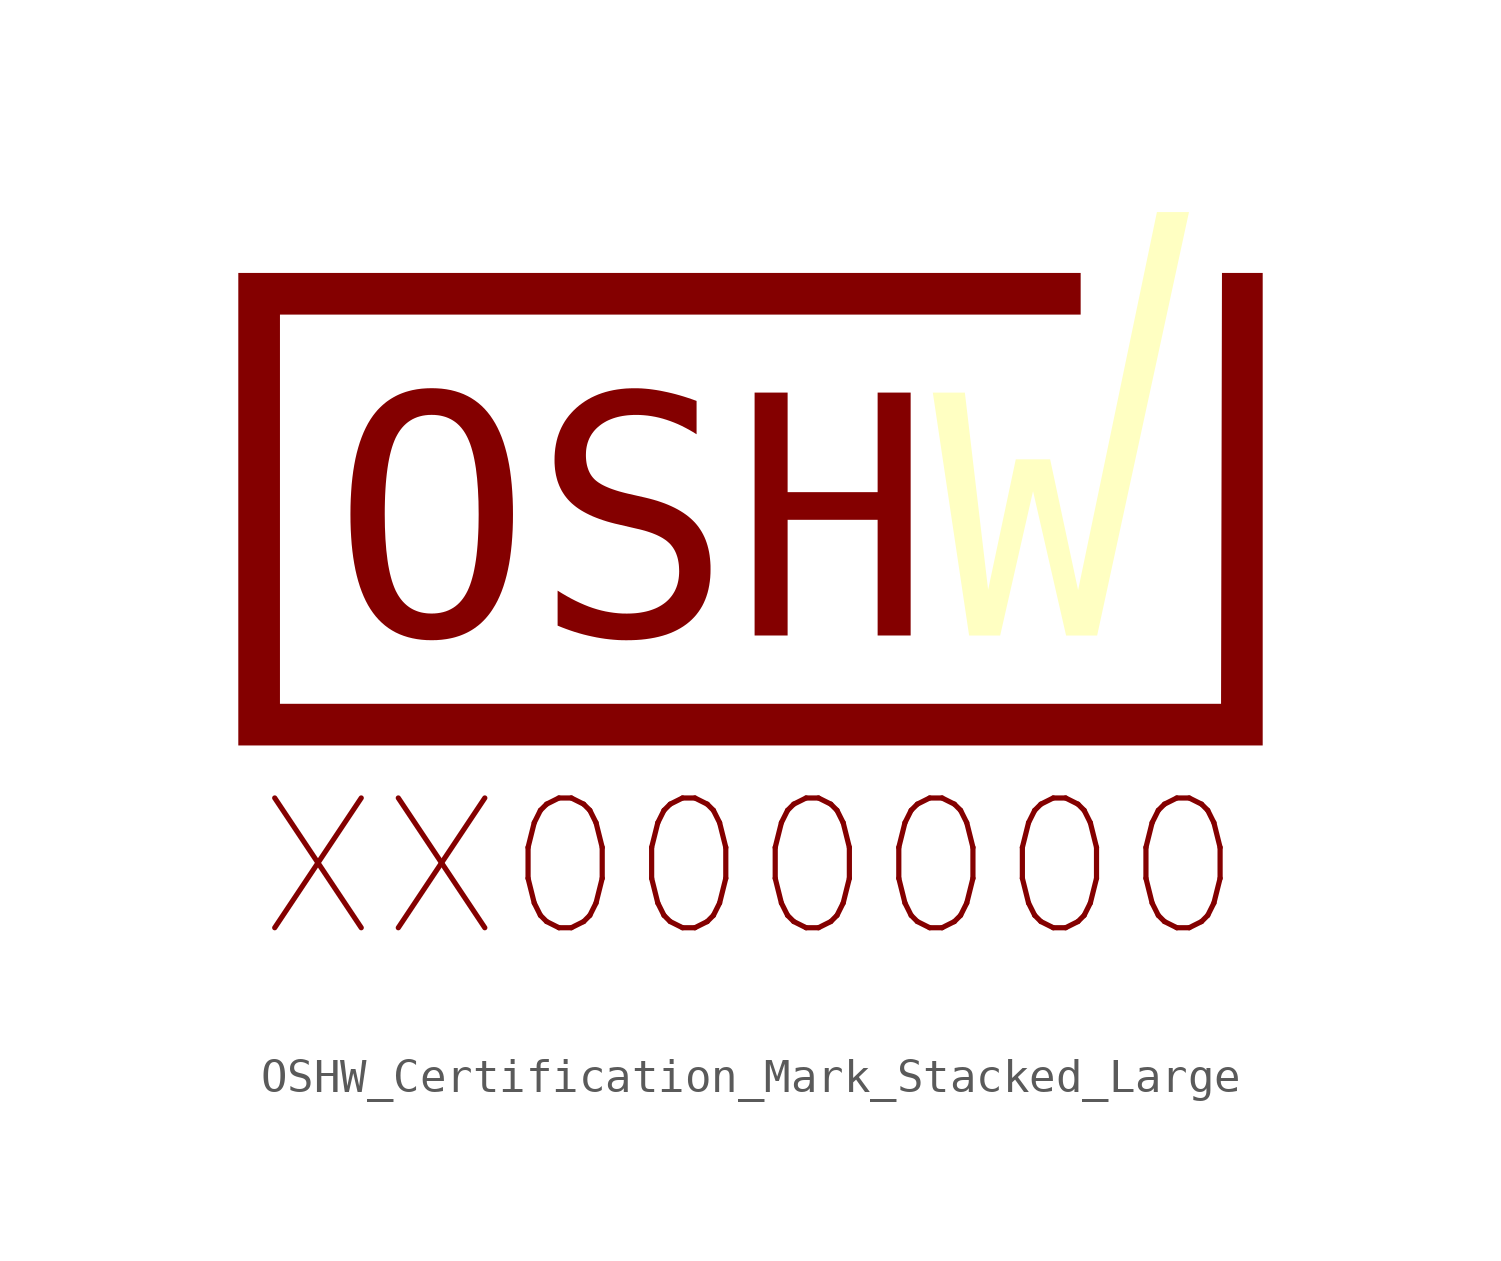
<source format=kicad_sym>
(kicad_symbol_lib
  (version 20241209)
  (generator "kicad_symbol_editor")
  (generator_version "9.0")
  (symbol "OSHW_Certification_Mark_Stacked_Large"
    (property "Reference" "LOGO"
      (at 0 0 0)
      (effects (font (size 1.27 1.27)) (hide yes)))
    (symbol "OSHW_Certification_Mark_Stacked_Large_0_1"
      (polyline (pts (xy -6.956 -1.072) (xy -6.956 -1.072) (xy -6.956 -1.072)) (stroke (width -0.0001) (type default)) (fill (type background)))
      (polyline (pts (xy -1.579 2.248) (xy -1.579 2.248) (xy -1.579 2.248)) (stroke (width -0.0001) (type default)) (fill (type background)))
      (polyline (pts (xy 10.152 -4.622) (xy 9.242 -4.622) (xy 8.274 -0.396) (xy 7.312 -4.622) (xy 6.402 -4.622) (xy 5.339 2.492) (xy 6.278 2.492) (xy 6.959 -3.283) (xy 7.769 0.538) (xy 8.775 0.538) (xy 9.594 -3.293) (xy 11.902 7.778) (xy 12.841 7.778)) (stroke (width -0.0001) (type default)) (fill (type background))))
    (symbol "OSHW_Certification_Mark_Stacked_Large_1_1"
      (polyline (pts (xy -9.19 2.617) (xy -9.047 2.607) (xy -8.908 2.589) (xy -8.774 2.564) (xy -8.645 2.531) (xy -8.521 2.492) (xy -8.402 2.446) (xy -8.288 2.392) (xy -8.178 2.331) (xy -8.073 2.263) (xy -7.973 2.188) (xy -7.878 2.106) (xy -7.788 2.017) (xy -7.703 1.92) (xy -7.622 1.817) (xy -7.547 1.706) (xy -7.475 1.588) (xy -7.408 1.462) (xy -7.346 1.329) (xy -7.288 1.189) (xy -7.235 1.042) (xy -7.187 0.886) (xy -7.143 0.724) (xy -7.104 0.554) (xy -7.069 0.377) (xy -7.039 0.192) (xy -7.014 -0.0003) (xy -6.993 -0.2) (xy -6.977 -0.407) (xy -6.965 -0.621) (xy -6.958 -0.843) (xy -6.956 -1.072) (xy -6.958 -1.301) (xy -6.965 -1.522) (xy -6.977 -1.736) (xy -6.993 -1.942) (xy -7.014 -2.141) (xy -7.039 -2.333) (xy -7.069 -2.518) (xy -7.104 -2.695) (xy -7.143 -2.864) (xy -7.187 -3.026) (xy -7.235 -3.181) (xy -7.288 -3.329) (xy -7.346 -3.469) (xy -7.408 -3.602) (xy -7.475 -3.727) (xy -7.547 -3.845) (xy -7.584 -3.902) (xy -7.622 -3.956) (xy -7.662 -4.009) (xy -7.703 -4.06) (xy -7.745 -4.109) (xy -7.788 -4.156) (xy -7.833 -4.202) (xy -7.878 -4.246) (xy -7.925 -4.288) (xy -7.973 -4.328) (xy -8.023 -4.366) (xy -8.073 -4.403) (xy -8.125 -4.438) (xy -8.178 -4.471) (xy -8.232 -4.502) (xy -8.288 -4.532) (xy -8.344 -4.559) (xy -8.402 -4.585) (xy -8.461 -4.609) (xy -8.521 -4.632) (xy -8.583 -4.652) (xy -8.645 -4.671) (xy -8.709 -4.688) (xy -8.774 -4.703) (xy -8.841 -4.716) (xy -8.908 -4.728) (xy -9.047 -4.746) (xy -9.19 -4.757) (xy -9.338 -4.76) (xy -9.487 -4.757) (xy -9.63 -4.746) (xy -9.769 -4.728) (xy -9.902 -4.703) (xy -10.031 -4.671) (xy -10.155 -4.632) (xy -10.275 -4.586) (xy -10.389 -4.533) (xy -10.499 -4.472) (xy -10.603 -4.405) (xy -10.703 -4.33) (xy -10.798 -4.248) (xy -10.889 -4.159) (xy -10.974 -4.063) (xy -11.054 -3.96) (xy -11.13 -3.85) (xy -11.201 -3.733) (xy -11.267 -3.608) (xy -11.329 -3.475) (xy -11.386 -3.335) (xy -11.439 -3.188) (xy -11.487 -3.033) (xy -11.531 -2.87) (xy -11.57 -2.7) (xy -11.604 -2.523) (xy -11.634 -2.338) (xy -11.659 -2.146) (xy -11.68 -1.946) (xy -11.695 -1.739) (xy -11.707 -1.524) (xy -11.714 -1.302) (xy -11.716 -1.072) (xy -10.711 -1.072) (xy -10.706 -1.449) (xy -10.691 -1.798) (xy -10.666 -2.119) (xy -10.631 -2.412) (xy -10.61 -2.549) (xy -10.586 -2.678) (xy -10.56 -2.8) (xy -10.531 -2.915) (xy -10.5 -3.024) (xy -10.466 -3.125) (xy -10.43 -3.219) (xy -10.392 -3.307) (xy -10.349 -3.388) (xy -10.327 -3.427) (xy -10.304 -3.464) (xy -10.28 -3.5) (xy -10.256 -3.535) (xy -10.23 -3.569) (xy -10.204 -3.601) (xy -10.177 -3.632) (xy -10.149 -3.661) (xy -10.121 -3.689) (xy -10.091 -3.716) (xy -10.061 -3.742) (xy -10.03 -3.766) (xy -9.999 -3.789) (xy -9.966 -3.811) (xy -9.933 -3.831) (xy -9.899 -3.85) (xy -9.864 -3.868) (xy -9.828 -3.884) (xy -9.792 -3.899) (xy -9.755 -3.913) (xy -9.716 -3.926) (xy -9.678 -3.937) (xy -9.638 -3.947) (xy -9.598 -3.955) (xy -9.556 -3.962) (xy -9.514 -3.968) (xy -9.472 -3.973) (xy -9.428 -3.976) (xy -9.338 -3.979) (xy -9.248 -3.976) (xy -9.161 -3.968) (xy -9.078 -3.955) (xy -8.997 -3.937) (xy -8.92 -3.914) (xy -8.846 -3.885) (xy -8.776 -3.851) (xy -8.708 -3.812) (xy -8.644 -3.768) (xy -8.583 -3.718) (xy -8.525 -3.663) (xy -8.471 -3.603) (xy -8.42 -3.538) (xy -8.372 -3.468) (xy -8.327 -3.392) (xy -8.285 -3.312) (xy -8.246 -3.224) (xy -8.209 -3.13) (xy -8.175 -3.028) (xy -8.144 -2.92) (xy -8.114 -2.804) (xy -8.088 -2.682) (xy -8.064 -2.552) (xy -8.042 -2.416) (xy -8.023 -2.272) (xy -8.007 -2.122) (xy -7.993 -1.964) (xy -7.982 -1.8) (xy -7.973 -1.628) (xy -7.966 -1.45) (xy -7.963 -1.264) (xy -7.961 -1.072) (xy -7.966 -0.694) (xy -7.982 -0.344) (xy -8.007 -0.022) (xy -8.042 0.272) (xy -8.064 0.408) (xy -8.088 0.538) (xy -8.114 0.66) (xy -8.144 0.776) (xy -8.175 0.884) (xy -8.209 0.986) (xy -8.246 1.08) (xy -8.285 1.167) (xy -8.327 1.249) (xy -8.349 1.288) (xy -8.372 1.325) (xy -8.395 1.361) (xy -8.42 1.396) (xy -8.445 1.429) (xy -8.471 1.462) (xy -8.498 1.492) (xy -8.525 1.522) (xy -8.554 1.55) (xy -8.583 1.577) (xy -8.613 1.603) (xy -8.644 1.627) (xy -8.676 1.65) (xy -8.708 1.671) (xy -8.742 1.692) (xy -8.776 1.711) (xy -8.811 1.728) (xy -8.846 1.745) (xy -8.883 1.76) (xy -8.92 1.774) (xy -8.958 1.786) (xy -8.997 1.797) (xy -9.037 1.807) (xy -9.078 1.816) (xy -9.119 1.823) (xy -9.161 1.829) (xy -9.204 1.833) (xy -9.248 1.837) (xy -9.338 1.839) (xy -9.428 1.837) (xy -9.514 1.829) (xy -9.598 1.816) (xy -9.678 1.797) (xy -9.755 1.774) (xy -9.828 1.745) (xy -9.899 1.711) (xy -9.966 1.671) (xy -10.03 1.627) (xy -10.091 1.577) (xy -10.149 1.522) (xy -10.204 1.462) (xy -10.256 1.396) (xy -10.304 1.325) (xy -10.349 1.249) (xy -10.392 1.167) (xy -10.43 1.08) (xy -10.466 0.986) (xy -10.5 0.884) (xy -10.531 0.776) (xy -10.56 0.66) (xy -10.586 0.538) (xy -10.61 0.408) (xy -10.631 0.272) (xy -10.65 0.128) (xy -10.666 -0.022) (xy -10.68 -0.18) (xy -10.691 -0.344) (xy -10.7 -0.516) (xy -10.706 -0.694) (xy -10.71 -0.88) (xy -10.711 -1.072) (xy -11.716 -1.072) (xy -11.716 -1.072) (xy -11.714 -0.843) (xy -11.707 -0.621) (xy -11.695 -0.407) (xy -11.68 -0.2) (xy -11.659 -0.0003) (xy -11.634 0.192) (xy -11.604 0.377) (xy -11.57 0.554) (xy -11.531 0.724) (xy -11.487 0.886) (xy -11.439 1.042) (xy -11.386 1.189) (xy -11.329 1.329) (xy -11.267 1.462) (xy -11.201 1.588) (xy -11.13 1.706) (xy -11.092 1.762) (xy -11.054 1.817) (xy -11.014 1.869) (xy -10.973 1.92) (xy -10.931 1.97) (xy -10.887 2.017) (xy -10.842 2.062) (xy -10.796 2.106) (xy -10.749 2.148) (xy -10.701 2.188) (xy -10.652 2.227) (xy -10.601 2.263) (xy -10.549 2.298) (xy -10.496 2.331) (xy -10.442 2.363) (xy -10.387 2.392) (xy -10.33 2.42) (xy -10.272 2.446) (xy -10.213 2.47) (xy -10.153 2.492) (xy -10.092 2.513) (xy -10.029 2.531) (xy -9.966 2.548) (xy -9.901 2.564) (xy -9.767 2.589) (xy -9.629 2.607) (xy -9.486 2.617) (xy -9.338 2.621)) (stroke (width -0.0001) (type default)) (fill (type outline)))
      (polyline (pts (xy -3.292 2.618) (xy -3.187 2.614) (xy -3.082 2.606) (xy -2.974 2.596) (xy -2.866 2.582) (xy -2.756 2.566) (xy -2.645 2.547) (xy -2.533 2.524) (xy -2.419 2.5) (xy -2.303 2.473) (xy -2.186 2.443) (xy -2.068 2.41) (xy -1.948 2.374) (xy -1.827 2.335) (xy -1.704 2.293) (xy -1.579 2.248) (xy -1.579 1.271) (xy -1.689 1.339) (xy -1.799 1.403) (xy -1.909 1.462) (xy -2.019 1.518) (xy -2.129 1.569) (xy -2.24 1.615) (xy -2.35 1.657) (xy -2.461 1.695) (xy -2.571 1.729) (xy -2.681 1.758) (xy -2.791 1.782) (xy -2.902 1.802) (xy -3.013 1.818) (xy -3.124 1.829) (xy -3.236 1.836) (xy -3.347 1.838) (xy -3.431 1.837) (xy -3.513 1.833) (xy -3.593 1.827) (xy -3.67 1.818) (xy -3.745 1.807) (xy -3.818 1.793) (xy -3.889 1.777) (xy -3.957 1.758) (xy -4.023 1.737) (xy -4.087 1.713) (xy -4.149 1.687) (xy -4.209 1.659) (xy -4.266 1.627) (xy -4.321 1.594) (xy -4.374 1.558) (xy -4.424 1.519) (xy -4.472 1.479) (xy -4.517 1.437) (xy -4.559 1.393) (xy -4.597 1.348) (xy -4.633 1.3) (xy -4.665 1.252) (xy -4.694 1.201) (xy -4.721 1.148) (xy -4.744 1.094) (xy -4.764 1.038) (xy -4.781 0.981) (xy -4.795 0.921) (xy -4.806 0.86) (xy -4.814 0.797) (xy -4.818 0.732) (xy -4.82 0.666) (xy -4.819 0.608) (xy -4.816 0.551) (xy -4.811 0.497) (xy -4.804 0.444) (xy -4.795 0.393) (xy -4.784 0.344) (xy -4.77 0.296) (xy -4.755 0.25) (xy -4.738 0.206) (xy -4.719 0.164) (xy -4.698 0.123) (xy -4.675 0.084) (xy -4.65 0.047) (xy -4.623 0.012) (xy -4.593 -0.022) (xy -4.562 -0.054) (xy -4.528 -0.084) (xy -4.49 -0.114) (xy -4.448 -0.144) (xy -4.403 -0.172) (xy -4.355 -0.201) (xy -4.303 -0.228) (xy -4.247 -0.255) (xy -4.188 -0.281) (xy -4.126 -0.307) (xy -4.06 -0.332) (xy -3.99 -0.356) (xy -3.917 -0.38) (xy -3.841 -0.403) (xy -3.761 -0.425) (xy -3.677 -0.447) (xy -3.59 -0.468) (xy -3.085 -0.583) (xy -2.962 -0.613) (xy -2.844 -0.645) (xy -2.729 -0.679) (xy -2.619 -0.716) (xy -2.513 -0.754) (xy -2.411 -0.795) (xy -2.314 -0.838) (xy -2.22 -0.883) (xy -2.131 -0.93) (xy -2.047 -0.979) (xy -1.966 -1.03) (xy -1.89 -1.083) (xy -1.818 -1.138) (xy -1.75 -1.196) (xy -1.687 -1.255) (xy -1.627 -1.316) (xy -1.572 -1.38) (xy -1.52 -1.447) (xy -1.472 -1.517) (xy -1.427 -1.589) (xy -1.386 -1.664) (xy -1.348 -1.742) (xy -1.314 -1.823) (xy -1.284 -1.907) (xy -1.257 -1.994) (xy -1.234 -2.083) (xy -1.214 -2.175) (xy -1.198 -2.271) (xy -1.186 -2.369) (xy -1.177 -2.469) (xy -1.171 -2.573) (xy -1.17 -2.679) (xy -1.172 -2.804) (xy -1.179 -2.925) (xy -1.192 -3.043) (xy -1.209 -3.156) (xy -1.231 -3.267) (xy -1.258 -3.373) (xy -1.29 -3.475) (xy -1.327 -3.574) (xy -1.369 -3.669) (xy -1.415 -3.76) (xy -1.467 -3.847) (xy -1.524 -3.931) (xy -1.585 -4.011) (xy -1.651 -4.087) (xy -1.722 -4.159) (xy -1.799 -4.228) (xy -1.879 -4.292) (xy -1.965 -4.353) (xy -2.055 -4.409) (xy -2.149 -4.461) (xy -2.248 -4.509) (xy -2.351 -4.553) (xy -2.458 -4.593) (xy -2.571 -4.628) (xy -2.687 -4.659) (xy -2.808 -4.686) (xy -2.934 -4.709) (xy -3.064 -4.728) (xy -3.198 -4.743) (xy -3.337 -4.753) (xy -3.481 -4.759) (xy -3.628 -4.761) (xy -3.754 -4.76) (xy -3.879 -4.755) (xy -4.004 -4.746) (xy -4.13 -4.734) (xy -4.256 -4.719) (xy -4.382 -4.7) (xy -4.508 -4.678) (xy -4.634 -4.652) (xy -4.76 -4.624) (xy -4.887 -4.593) (xy -5.013 -4.558) (xy -5.14 -4.52) (xy -5.267 -4.478) (xy -5.394 -4.433) (xy -5.521 -4.385) (xy -5.649 -4.333) (xy -5.649 -3.308) (xy -5.513 -3.392) (xy -5.379 -3.47) (xy -5.247 -3.543) (xy -5.116 -3.61) (xy -4.988 -3.67) (xy -4.862 -3.725) (xy -4.737 -3.775) (xy -4.615 -3.818) (xy -4.492 -3.856) (xy -4.369 -3.889) (xy -4.246 -3.917) (xy -4.123 -3.939) (xy -3.999 -3.957) (xy -3.876 -3.97) (xy -3.752 -3.978) (xy -3.628 -3.98) (xy -3.539 -3.979) (xy -3.451 -3.975) (xy -3.366 -3.969) (xy -3.284 -3.96) (xy -3.204 -3.948) (xy -3.127 -3.934) (xy -3.053 -3.918) (xy -2.98 -3.899) (xy -2.911 -3.877) (xy -2.844 -3.853) (xy -2.779 -3.827) (xy -2.717 -3.798) (xy -2.658 -3.766) (xy -2.601 -3.732) (xy -2.546 -3.695) (xy -2.494 -3.656) (xy -2.445 -3.614) (xy -2.399 -3.57) (xy -2.357 -3.524) (xy -2.317 -3.475) (xy -2.281 -3.425) (xy -2.248 -3.373) (xy -2.217 -3.319) (xy -2.191 -3.263) (xy -2.167 -3.205) (xy -2.146 -3.144) (xy -2.129 -3.082) (xy -2.115 -3.018) (xy -2.104 -2.952) (xy -2.096 -2.884) (xy -2.091 -2.813) (xy -2.089 -2.741) (xy -2.091 -2.675) (xy -2.094 -2.612) (xy -2.099 -2.55) (xy -2.107 -2.49) (xy -2.117 -2.432) (xy -2.129 -2.376) (xy -2.143 -2.322) (xy -2.16 -2.271) (xy -2.178 -2.221) (xy -2.199 -2.173) (xy -2.222 -2.127) (xy -2.248 -2.083) (xy -2.275 -2.041) (xy -2.305 -2.001) (xy -2.336 -1.962) (xy -2.37 -1.926) (xy -2.407 -1.892) (xy -2.446 -1.858) (xy -2.489 -1.825) (xy -2.535 -1.794) (xy -2.584 -1.763) (xy -2.636 -1.734) (xy -2.692 -1.705) (xy -2.751 -1.677) (xy -2.813 -1.651) (xy -2.878 -1.625) (xy -2.946 -1.601) (xy -3.018 -1.577) (xy -3.093 -1.554) (xy -3.171 -1.533) (xy -3.253 -1.512) (xy -3.338 -1.493) (xy -3.852 -1.373) (xy -3.974 -1.345) (xy -4.092 -1.314) (xy -4.205 -1.282) (xy -4.314 -1.247) (xy -4.419 -1.211) (xy -4.519 -1.173) (xy -4.616 -1.134) (xy -4.708 -1.092) (xy -4.795 -1.049) (xy -4.879 -1.004) (xy -4.958 -0.958) (xy -5.034 -0.909) (xy -5.104 -0.859) (xy -5.171 -0.806) (xy -5.233 -0.753) (xy -5.291 -0.697) (xy -5.346 -0.639) (xy -5.396 -0.579) (xy -5.444 -0.516) (xy -5.487 -0.451) (xy -5.528 -0.384) (xy -5.564 -0.314) (xy -5.598 -0.241) (xy -5.627 -0.167) (xy -5.654 -0.09) (xy -5.676 -0.01) (xy -5.696 0.072) (xy -5.711 0.156) (xy -5.724 0.243) (xy -5.732 0.332) (xy -5.738 0.424) (xy -5.739 0.518) (xy -5.737 0.636) (xy -5.729 0.75) (xy -5.717 0.862) (xy -5.699 0.971) (xy -5.677 1.077) (xy -5.65 1.179) (xy -5.617 1.279) (xy -5.58 1.376) (xy -5.537 1.47) (xy -5.49 1.56) (xy -5.438 1.648) (xy -5.38 1.733) (xy -5.318 1.815) (xy -5.25 1.894) (xy -5.178 1.97) (xy -5.101 2.043) (xy -5.019 2.113) (xy -4.933 2.178) (xy -4.845 2.239) (xy -4.753 2.295) (xy -4.658 2.347) (xy -4.559 2.394) (xy -4.458 2.437) (xy -4.353 2.475) (xy -4.244 2.509) (xy -4.133 2.538) (xy -4.018 2.563) (xy -3.9 2.583) (xy -3.779 2.599) (xy -3.654 2.611) (xy -3.526 2.617) (xy -3.395 2.619)) (stroke (width -0.0001) (type default)) (fill (type outline)))
      (polyline (pts (xy 1.087 -0.424) (xy 3.723 -0.424) (xy 3.723 2.492) (xy 4.69 2.492) (xy 4.69 -4.622) (xy 3.723 -4.622) (xy 3.723 -1.234) (xy 1.087 -1.234) (xy 1.087 -4.622) (xy 0.12 -4.622) (xy 0.12 2.492) (xy 1.087 2.492)) (stroke (width -0.0001) (type default)) (fill (type outline)))
      (polyline (pts (xy 15 -7.843) (xy -15 -7.843) (xy -15 5.995) (xy -15 5.995) (xy 9.669 5.995) (xy 9.669 4.775) (xy -13.78 4.775) (xy -13.78 -6.623) (xy 13.78 -6.623) (xy 13.807 5.995) (xy 15 5.995)) (stroke (width -0.0001) (type default)) (fill (type outline)))
      (text "XX000000" (at 0 -11.43 0) (effects (font (size 3.8 3.8)))))))
</source>
